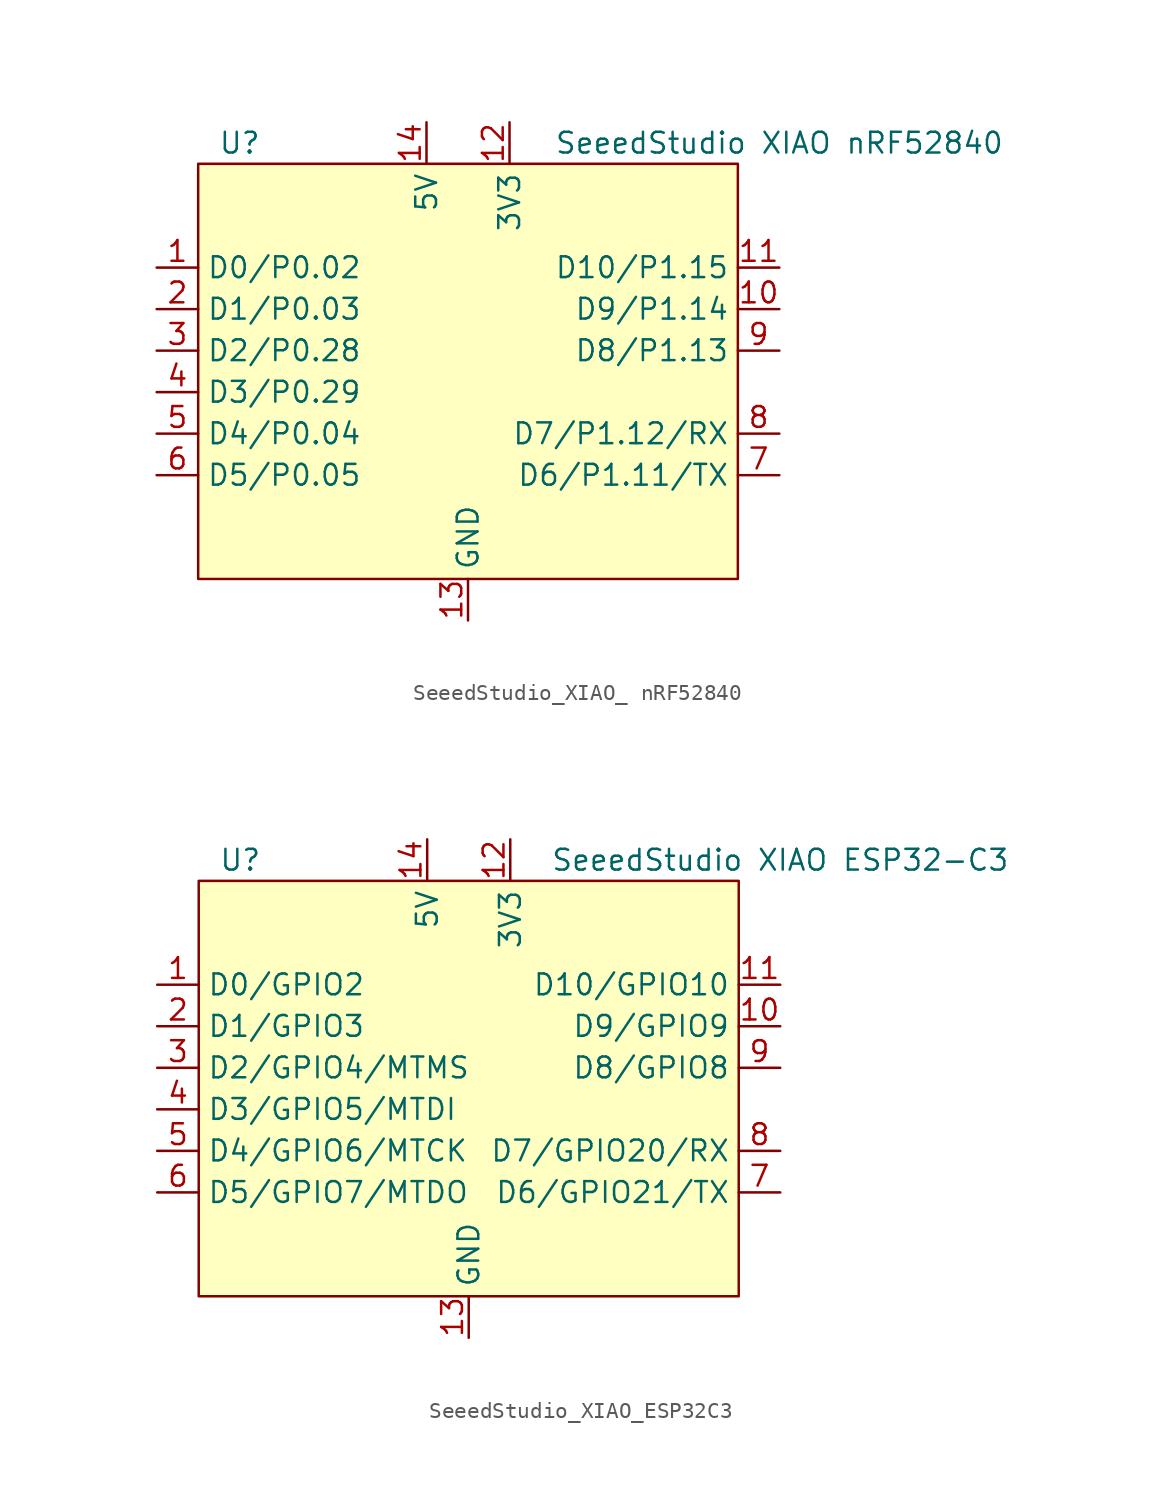
<source format=kicad_sym>
(kicad_symbol_lib
  (version 20220914)
  (generator kicad_symbol_editor)
  (symbol "SeeedStudio_XIAO_ nRF52840"
    (property "Reference" "U"
      (at -13.97 13.97 0)
      (effects (font (size 1.27 1.27))))
    (property "Value" "SeeedStudio XIAO nRF52840"
      (at 19.05 13.97 0)
      (effects (font (size 1.27 1.27))))
    (symbol "SeeedStudio_XIAO_ nRF52840_1_1"
      (rectangle (start -16.51 12.7) (end 16.51 -12.7) (stroke (width 0) (type default)) (fill (type background)))
      (pin bidirectional line (at -19.05 6.35 0) (length 2.54) (name "D0/P0.02" (effects (font (size 1.27 1.27)))) (number "1" (effects (font (size 1.27 1.27)))))
      (pin bidirectional line (at 19.05 3.81 180) (length 2.54) (name "D9/P1.14" (effects (font (size 1.27 1.27)))) (number "10" (effects (font (size 1.27 1.27)))))
      (pin bidirectional line (at 19.05 6.35 180) (length 2.54) (name "D10/P1.15" (effects (font (size 1.27 1.27)))) (number "11" (effects (font (size 1.27 1.27)))))
      (pin power_out line (at 2.54 15.24 270) (length 2.54) (name "3V3" (effects (font (size 1.27 1.27)))) (number "12" (effects (font (size 1.27 1.27)))))
      (pin power_in line (at 0 -15.24 90) (length 2.54) (name "GND" (effects (font (size 1.27 1.27)))) (number "13" (effects (font (size 1.27 1.27)))))
      (pin power_in line (at -2.54 15.24 270) (length 2.54) (name "5V" (effects (font (size 1.27 1.27)))) (number "14" (effects (font (size 1.27 1.27)))))
      (pin bidirectional line (at -19.05 3.81 0) (length 2.54) (name "D1/P0.03" (effects (font (size 1.27 1.27)))) (number "2" (effects (font (size 1.27 1.27)))))
      (pin bidirectional line (at -19.05 1.27 0) (length 2.54) (name "D2/P0.28" (effects (font (size 1.27 1.27)))) (number "3" (effects (font (size 1.27 1.27)))))
      (pin bidirectional line (at -19.05 -1.27 0) (length 2.54) (name "D3/P0.29" (effects (font (size 1.27 1.27)))) (number "4" (effects (font (size 1.27 1.27)))))
      (pin bidirectional line (at -19.05 -3.81 0) (length 2.54) (name "D4/P0.04" (effects (font (size 1.27 1.27)))) (number "5" (effects (font (size 1.27 1.27)))))
      (pin bidirectional line (at -19.05 -6.35 0) (length 2.54) (name "D5/P0.05" (effects (font (size 1.27 1.27)))) (number "6" (effects (font (size 1.27 1.27)))))
      (pin bidirectional line (at 19.05 -6.35 180) (length 2.54) (name "D6/P1.11/TX" (effects (font (size 1.27 1.27)))) (number "7" (effects (font (size 1.27 1.27)))))
      (pin bidirectional line (at 19.05 -3.81 180) (length 2.54) (name "D7/P1.12/RX" (effects (font (size 1.27 1.27)))) (number "8" (effects (font (size 1.27 1.27)))))
      (pin bidirectional line (at 19.05 1.27 180) (length 2.54) (name "D8/P1.13" (effects (font (size 1.27 1.27)))) (number "9" (effects (font (size 1.27 1.27)))))))
  (symbol "SeeedStudio_XIAO_ESP32C3"
    (property "Reference" "U"
      (at -13.97 13.97 0)
      (effects (font (size 1.27 1.27))))
    (property "Value" "SeeedStudio XIAO ESP32-C3"
      (at 19.05 13.97 0)
      (effects (font (size 1.27 1.27))))
    (symbol "SeeedStudio_XIAO_ESP32C3_1_1"
      (rectangle (start -16.51 12.7) (end 16.51 -12.7) (stroke (width 0) (type default)) (fill (type background)))
      (pin bidirectional line (at -19.05 6.35 0) (length 2.54) (name "D0/GPIO2" (effects (font (size 1.27 1.27)))) (number "1" (effects (font (size 1.27 1.27)))))
      (pin bidirectional line (at 19.05 3.81 180) (length 2.54) (name "D9/GPIO9" (effects (font (size 1.27 1.27)))) (number "10" (effects (font (size 1.27 1.27)))))
      (pin bidirectional line (at 19.05 6.35 180) (length 2.54) (name "D10/GPIO10" (effects (font (size 1.27 1.27)))) (number "11" (effects (font (size 1.27 1.27)))))
      (pin power_out line (at 2.54 15.24 270) (length 2.54) (name "3V3" (effects (font (size 1.27 1.27)))) (number "12" (effects (font (size 1.27 1.27)))))
      (pin power_in line (at 0 -15.24 90) (length 2.54) (name "GND" (effects (font (size 1.27 1.27)))) (number "13" (effects (font (size 1.27 1.27)))))
      (pin power_in line (at -2.54 15.24 270) (length 2.54) (name "5V" (effects (font (size 1.27 1.27)))) (number "14" (effects (font (size 1.27 1.27)))))
      (pin bidirectional line (at -19.05 3.81 0) (length 2.54) (name "D1/GPIO3" (effects (font (size 1.27 1.27)))) (number "2" (effects (font (size 1.27 1.27)))))
      (pin bidirectional line (at -19.05 1.27 0) (length 2.54) (name "D2/GPIO4/MTMS" (effects (font (size 1.27 1.27)))) (number "3" (effects (font (size 1.27 1.27)))))
      (pin bidirectional line (at -19.05 -1.27 0) (length 2.54) (name "D3/GPIO5/MTDI" (effects (font (size 1.27 1.27)))) (number "4" (effects (font (size 1.27 1.27)))))
      (pin bidirectional line (at -19.05 -3.81 0) (length 2.54) (name "D4/GPIO6/MTCK" (effects (font (size 1.27 1.27)))) (number "5" (effects (font (size 1.27 1.27)))))
      (pin bidirectional line (at -19.05 -6.35 0) (length 2.54) (name "D5/GPIO7/MTDO" (effects (font (size 1.27 1.27)))) (number "6" (effects (font (size 1.27 1.27)))))
      (pin bidirectional line (at 19.05 -6.35 180) (length 2.54) (name "D6/GPIO21/TX" (effects (font (size 1.27 1.27)))) (number "7" (effects (font (size 1.27 1.27)))))
      (pin bidirectional line (at 19.05 -3.81 180) (length 2.54) (name "D7/GPIO20/RX" (effects (font (size 1.27 1.27)))) (number "8" (effects (font (size 1.27 1.27)))))
      (pin bidirectional line (at 19.05 1.27 180) (length 2.54) (name "D8/GPIO8" (effects (font (size 1.27 1.27)))) (number "9" (effects (font (size 1.27 1.27))))))))
</source>
